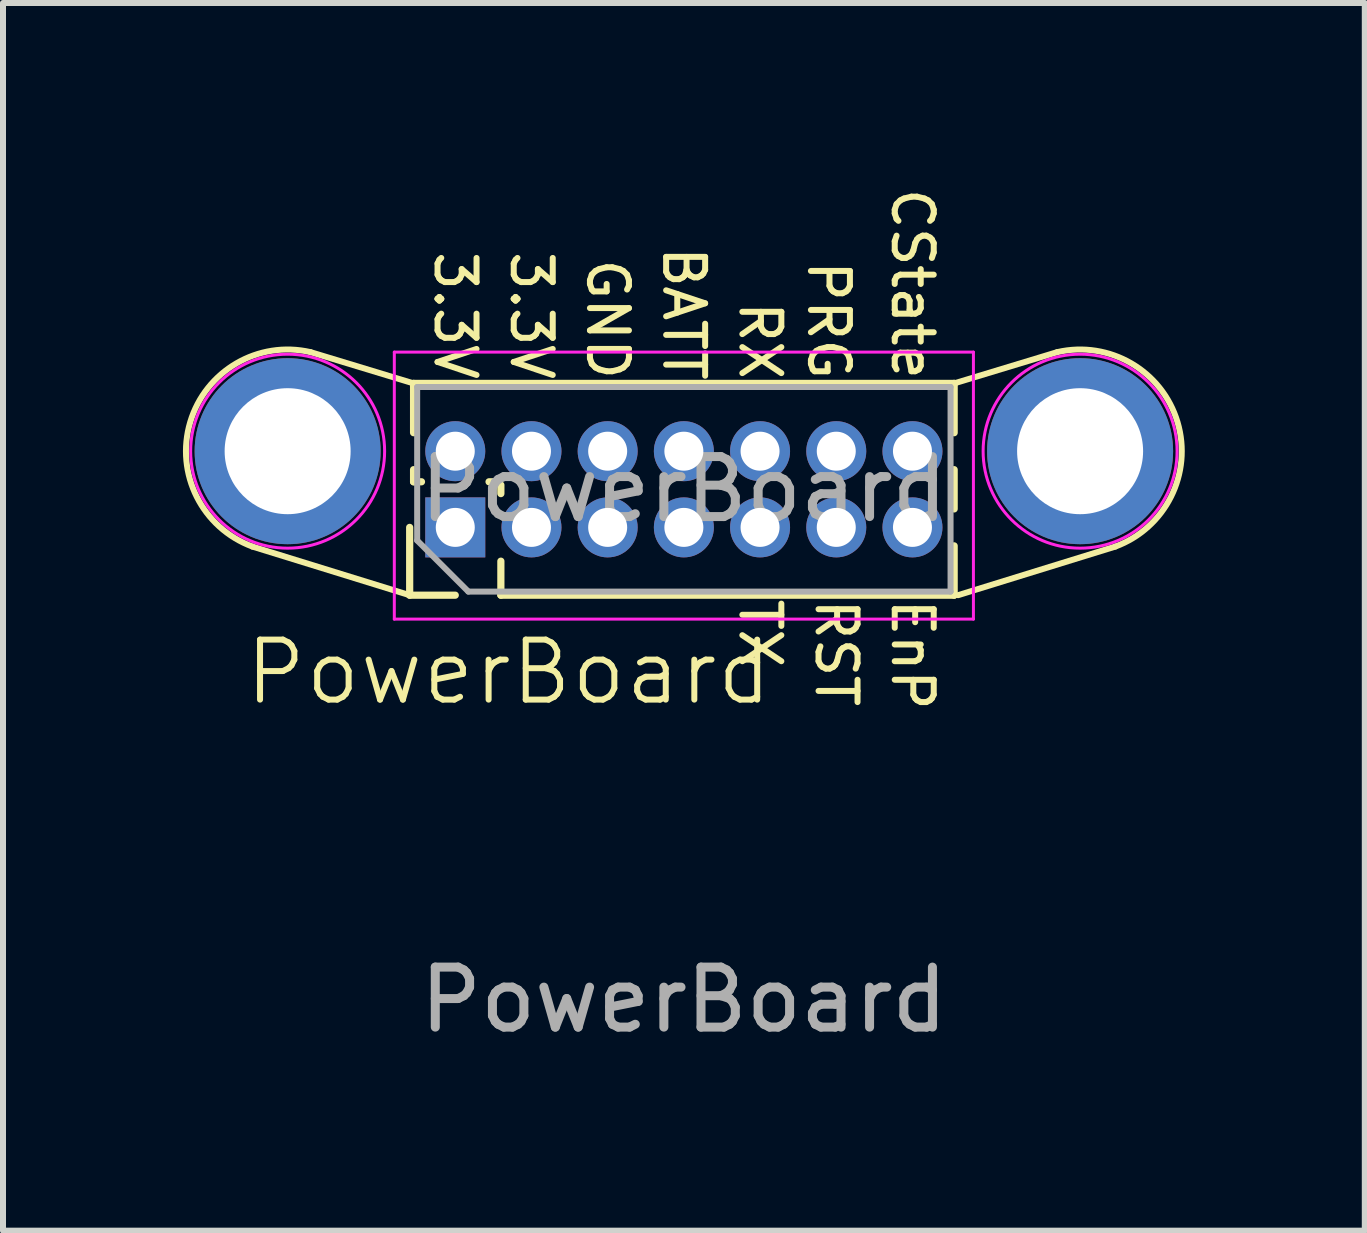
<source format=kicad_pcb>
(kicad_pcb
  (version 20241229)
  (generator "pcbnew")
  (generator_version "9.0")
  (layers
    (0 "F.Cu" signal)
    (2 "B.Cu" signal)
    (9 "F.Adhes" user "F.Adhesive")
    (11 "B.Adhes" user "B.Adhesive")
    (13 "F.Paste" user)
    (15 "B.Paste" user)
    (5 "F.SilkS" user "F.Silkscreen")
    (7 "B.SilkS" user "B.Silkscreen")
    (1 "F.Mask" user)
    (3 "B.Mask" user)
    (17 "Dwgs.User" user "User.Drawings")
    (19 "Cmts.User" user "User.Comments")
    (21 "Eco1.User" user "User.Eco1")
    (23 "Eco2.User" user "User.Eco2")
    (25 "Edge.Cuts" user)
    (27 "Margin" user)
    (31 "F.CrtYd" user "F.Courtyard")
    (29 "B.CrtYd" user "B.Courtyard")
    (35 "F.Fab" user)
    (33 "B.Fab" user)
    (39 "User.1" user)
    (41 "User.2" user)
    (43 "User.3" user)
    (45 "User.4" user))
  (footprint "PowerBoard"
    (layer "F.Cu")
    (at 8.348 5.105)
    (property "Reference" "PowerBoard" (at -2.921 3.048 0) (unlocked yes) (layer "F.SilkS") (effects (font (size 1 1) (thickness 0.1))))
    (attr through_hole)
    (fp_line (start -6.223 -2.286) (end -4.505 -1.765) (stroke (width 0.1) (type default)) (layer "F.SilkS"))
    (fp_line (start -4.57 1.765) (end -7.19 0.955) (stroke (width 0.1) (type default)) (layer "F.SilkS"))
    (fp_line (start -4.57 1.765) (end -4.57 0.635) (stroke (width 0.12) (type solid)) (layer "F.SilkS"))
    (fp_line (start -4.505 -1.765) (end 4.505 -1.765) (stroke (width 0.12) (type solid)) (layer "F.SilkS"))
    (fp_line (start -4.505 -0.943) (end -4.505 -1.765) (stroke (width 0.12) (type solid)) (layer "F.SilkS"))
    (fp_line (start -4.505 -0.125) (end -4.505 -0.327) (stroke (width 0.12) (type solid)) (layer "F.SilkS"))
    (fp_line (start -4.373 -0.125) (end -4.505 -0.125) (stroke (width 0.12) (type solid)) (layer "F.SilkS"))
    (fp_line (start -3.81 1.765) (end -4.57 1.765) (stroke (width 0.12) (type solid)) (layer "F.SilkS"))
    (fp_line (start -3.103 -0.125) (end -3.247 -0.125) (stroke (width 0.12) (type solid)) (layer "F.SilkS"))
    (fp_line (start -3.05 0.072) (end -3.05 -0.072) (stroke (width 0.12) (type solid)) (layer "F.SilkS"))
    (fp_line (start -3.05 1.765) (end -3.05 1.198) (stroke (width 0.12) (type solid)) (layer "F.SilkS"))
    (fp_line (start -3.05 1.765) (end 4.505 1.765) (stroke (width 0.12) (type solid)) (layer "F.SilkS"))
    (fp_line (start 4.505 -0.943) (end 4.505 -1.765) (stroke (width 0.12) (type solid)) (layer "F.SilkS"))
    (fp_line (start 4.505 0.327) (end 4.505 -0.327) (stroke (width 0.12) (type solid)) (layer "F.SilkS"))
    (fp_line (start 4.505 1.765) (end 4.505 0.943) (stroke (width 0.12) (type solid)) (layer "F.SilkS"))
    (fp_line (start 4.57 1.765) (end 7.19 0.955) (stroke (width 0.1) (type default)) (layer "F.SilkS"))
    (fp_line (start 6.223 -2.286) (end 4.505 -1.765) (stroke (width 0.1) (type default)) (layer "F.SilkS"))
    (fp_arc (start -7.18976 0.95492) (mid -8.227691 -1.119344) (end -6.223 -2.286) (stroke (width 0.1) (type default)) (layer "F.SilkS"))
    (fp_arc (start 6.223 -2.286) (mid 8.227691 -1.119344) (end 7.18976 0.95492) (stroke (width 0.1) (type default)) (layer "F.SilkS"))
    (fp_line (start -4.826 -2.286) (end -4.826 2.164) (stroke (width 0.05) (type solid)) (layer "F.CrtYd"))
    (fp_line (start -4.826 2.164) (end 4.826 2.164) (stroke (width 0.05) (type solid)) (layer "F.CrtYd"))
    (fp_line (start 4.826 -2.286) (end -4.826 -2.286) (stroke (width 0.05) (type solid)) (layer "F.CrtYd"))
    (fp_line (start 4.826 2.164) (end 4.826 -2.286) (stroke (width 0.05) (type solid)) (layer "F.CrtYd"))
    (fp_circle (center -6.604 -0.635) (end -5.461 0.508) (stroke (width 0.05) (type default)) (fill no) (layer "F.CrtYd"))
    (fp_circle (center 6.604 -0.635) (end 7.747 0.508) (stroke (width 0.05) (type default)) (fill no) (layer "F.CrtYd"))
    (fp_line (start -4.445 -1.705) (end 4.445 -1.705) (stroke (width 0.1) (type solid)) (layer "F.Fab"))
    (fp_line (start -4.445 0.853) (end -4.445 -1.705) (stroke (width 0.1) (type solid)) (layer "F.Fab"))
    (fp_line (start -3.592 1.705) (end -4.445 0.853) (stroke (width 0.1) (type solid)) (layer "F.Fab"))
    (fp_line (start 4.445 -1.705) (end 4.445 1.705) (stroke (width 0.1) (type solid)) (layer "F.Fab"))
    (fp_line (start 4.445 1.705) (end -3.592 1.705) (stroke (width 0.1) (type solid)) (layer "F.Fab"))
    (fp_text user "TX" (at 1.27 1.778 270) (unlocked yes) (layer "F.SilkS") (effects (font (size 0.65 0.65) (thickness 0.1)) (justify left)))
    (fp_text user "3.3V" (at -3.81 -1.778 270) (unlocked yes) (layer "F.SilkS") (effects (font (size 0.65 0.65) (thickness 0.1)) (justify right)))
    (fp_text user "PRG" (at 2.413 -1.778 270) (unlocked yes) (layer "F.SilkS") (effects (font (size 0.65 0.65) (thickness 0.1)) (justify right)))
    (fp_text user "CState" (at 3.81 -1.778 270) (unlocked yes) (layer "F.SilkS") (effects (font (size 0.65 0.65) (thickness 0.1)) (justify right)))
    (fp_text user "RX" (at 1.27 -1.778 270) (unlocked yes) (layer "F.SilkS") (effects (font (size 0.65 0.65) (thickness 0.1)) (justify right)))
    (fp_text user "EnP" (at 3.81 1.778 270) (unlocked yes) (layer "F.SilkS") (effects (font (size 0.65 0.65) (thickness 0.1)) (justify left)))
    (fp_text user "RST" (at 2.54 1.778 270) (unlocked yes) (layer "F.SilkS") (effects (font (size 0.65 0.65) (thickness 0.1)) (justify left)))
    (fp_text user "GND" (at -1.27 -1.778 270) (unlocked yes) (layer "F.SilkS") (effects (font (size 0.65 0.65) (thickness 0.1)) (justify right)))
    (fp_text user "BATT" (at 0 -1.765 270) (unlocked yes) (layer "F.SilkS") (effects (font (size 0.65 0.65) (thickness 0.1)) (justify right)))
    (fp_text user "3.3V" (at -2.54 -1.778 270) (unlocked yes) (layer "F.SilkS") (effects (font (size 0.65 0.65) (thickness 0.1)) (justify right)))
    (fp_text user "${REFERENCE}" (at 0 0 180) (layer "F.Fab") (effects (font (size 1 1) (thickness 0.15))))
    (fp_text user "${REFERENCE}" (at 0 8.509 0) (unlocked yes) (layer "F.Fab") (effects (font (size 1 1) (thickness 0.15))))
    (pad "1" thru_hole rect (at -3.81 0.635 90) (size 1 1) (drill 0.65) (layers "*.Cu" "*.Mask"))
    (pad "2" thru_hole oval (at -3.81 -0.635 90) (size 1 1) (drill 0.65) (layers "*.Cu" "*.Mask"))
    (pad "3" thru_hole oval (at -2.54 0.635 90) (size 1 1) (drill 0.65) (layers "*.Cu" "*.Mask"))
    (pad "4" thru_hole oval (at -2.54 -0.635 90) (size 1 1) (drill 0.65) (layers "*.Cu" "*.Mask"))
    (pad "5" thru_hole oval (at -1.27 0.635 90) (size 1 1) (drill 0.65) (layers "*.Cu" "*.Mask"))
    (pad "6" thru_hole oval (at -1.27 -0.635 90) (size 1 1) (drill 0.65) (layers "*.Cu" "*.Mask"))
    (pad "7" thru_hole oval (at 0 0.635 90) (size 1 1) (drill 0.65) (layers "*.Cu" "*.Mask"))
    (pad "8" thru_hole oval (at 0 -0.635 90) (size 1 1) (drill 0.65) (layers "*.Cu" "*.Mask"))
    (pad "9" thru_hole oval (at 1.27 0.635 90) (size 1 1) (drill 0.65) (layers "*.Cu" "*.Mask"))
    (pad "10" thru_hole oval (at 1.27 -0.635 90) (size 1 1) (drill 0.65) (layers "*.Cu" "*.Mask"))
    (pad "11" thru_hole oval (at 2.54 0.635 90) (size 1 1) (drill 0.65) (layers "*.Cu" "*.Mask"))
    (pad "12" thru_hole oval (at 2.54 -0.635 90) (size 1 1) (drill 0.65) (layers "*.Cu" "*.Mask"))
    (pad "13" thru_hole oval (at 3.81 0.635 90) (size 1 1) (drill 0.65) (layers "*.Cu" "*.Mask"))
    (pad "14" thru_hole oval (at 3.81 -0.635 90) (size 1 1) (drill 0.65) (layers "*.Cu" "*.Mask"))
    (pad "15" thru_hole circle (at -6.604 -0.635) (size 3.1 3.1) (drill 2.1) (layers "*.Cu" "*.Mask"))
    (pad "16" thru_hole circle (at 6.604 -0.635) (size 3.1 3.1) (drill 2.1) (layers "*.Cu" "*.Mask")))
  (gr_rect
    (start -3 -3)
    (end 19.697 17.462)
    (stroke (width 0.1) (type default))
    (fill no)
    (layer "Edge.Cuts")))
</source>
